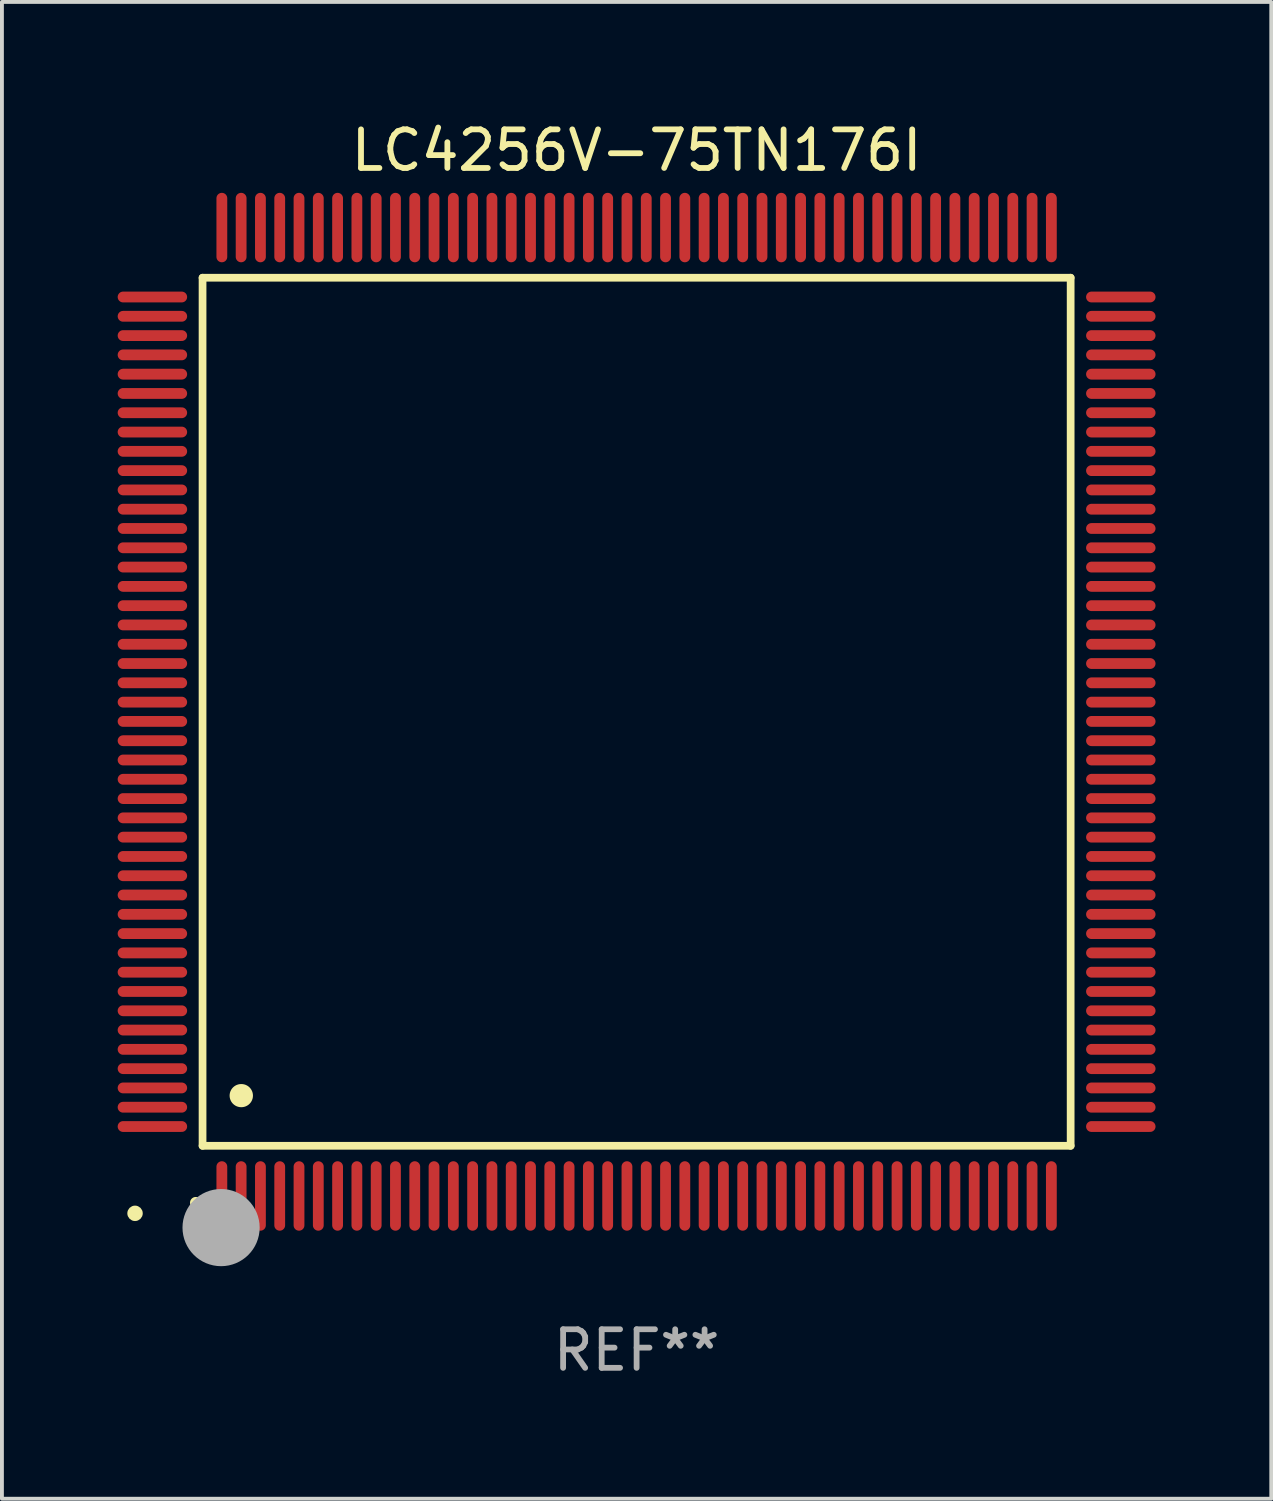
<source format=kicad_pcb>
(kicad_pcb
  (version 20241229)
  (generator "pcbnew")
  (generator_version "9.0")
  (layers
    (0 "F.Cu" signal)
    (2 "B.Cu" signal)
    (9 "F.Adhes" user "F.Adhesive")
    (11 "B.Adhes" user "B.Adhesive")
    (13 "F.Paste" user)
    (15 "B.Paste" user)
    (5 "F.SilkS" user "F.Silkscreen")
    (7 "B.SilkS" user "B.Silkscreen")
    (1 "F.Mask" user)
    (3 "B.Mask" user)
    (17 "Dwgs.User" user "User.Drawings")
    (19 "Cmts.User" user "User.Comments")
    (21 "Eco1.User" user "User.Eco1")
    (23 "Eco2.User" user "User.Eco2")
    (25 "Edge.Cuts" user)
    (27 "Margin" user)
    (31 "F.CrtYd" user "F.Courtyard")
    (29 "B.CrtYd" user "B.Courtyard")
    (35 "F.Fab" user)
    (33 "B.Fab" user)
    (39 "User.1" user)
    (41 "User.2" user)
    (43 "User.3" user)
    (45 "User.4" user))
  (footprint "LC4256V-75TN176I"
    (layer "F.Cu")
    (at 13.45 15.398)
    (property "Reference" "LC4256V-75TN176I" (at 0 -14.55 0) (layer "F.SilkS") (effects (font (size 1 1) (thickness 0.15))))
    (attr through_hole)
    (fp_line (start -11.25 -11.25) (end 11.25 -11.25) (stroke (width 0.2) (type solid)) (layer "F.SilkS"))
    (fp_line (start -11.25 11.25) (end -11.25 -11.25) (stroke (width 0.2) (type solid)) (layer "F.SilkS"))
    (fp_line (start 11.25 -11.25) (end 11.25 11.25) (stroke (width 0.2) (type solid)) (layer "F.SilkS"))
    (fp_line (start 11.25 11.25) (end -11.25 11.25) (stroke (width 0.2) (type solid)) (layer "F.SilkS"))
    (fp_arc (start -11.424943 12.725425) (mid -11.423673 12.72542) (end -11.422403 12.725425) (stroke (width 0.3) (type solid)) (layer "F.SilkS"))
    (fp_arc (start -10.24892 9.9492) (mid -10.24638 9.949189) (end -10.24384 9.9492) (stroke (width 0.6) (type solid)) (layer "F.SilkS"))
    (fp_circle (center -13 13) (end -12.9 13) (stroke (width 0.2) (type solid)) (fill no) (layer "F.SilkS"))
    (fp_circle (center -10.77 13.37) (end -10.27 13.37) (stroke (width 1) (type solid)) (fill no) (layer "F.Fab"))
    (fp_text user "REF**" (at 0 16.55 0) (layer "F.Fab") (effects (font (size 1 1) (thickness 0.15))))
    (pad "1" smd oval (at -10.75 12.55) (size 0.28 1.8) (layers "F.Cu" "F.Mask" "F.Paste"))
    (pad "2" smd oval (at -10.25 12.55) (size 0.28 1.8) (layers "F.Cu" "F.Mask" "F.Paste"))
    (pad "3" smd oval (at -9.75 12.55) (size 0.28 1.8) (layers "F.Cu" "F.Mask" "F.Paste"))
    (pad "4" smd oval (at -9.25 12.55) (size 0.28 1.8) (layers "F.Cu" "F.Mask" "F.Paste"))
    (pad "5" smd oval (at -8.75 12.55) (size 0.28 1.8) (layers "F.Cu" "F.Mask" "F.Paste"))
    (pad "6" smd oval (at -8.25 12.55) (size 0.28 1.8) (layers "F.Cu" "F.Mask" "F.Paste"))
    (pad "7" smd oval (at -7.75 12.55) (size 0.28 1.8) (layers "F.Cu" "F.Mask" "F.Paste"))
    (pad "8" smd oval (at -7.25 12.55) (size 0.28 1.8) (layers "F.Cu" "F.Mask" "F.Paste"))
    (pad "9" smd oval (at -6.75 12.55) (size 0.28 1.8) (layers "F.Cu" "F.Mask" "F.Paste"))
    (pad "10" smd oval (at -6.25 12.55) (size 0.28 1.8) (layers "F.Cu" "F.Mask" "F.Paste"))
    (pad "11" smd oval (at -5.75 12.55) (size 0.28 1.8) (layers "F.Cu" "F.Mask" "F.Paste"))
    (pad "12" smd oval (at -5.25 12.55) (size 0.28 1.8) (layers "F.Cu" "F.Mask" "F.Paste"))
    (pad "13" smd oval (at -4.75 12.55) (size 0.28 1.8) (layers "F.Cu" "F.Mask" "F.Paste"))
    (pad "14" smd oval (at -4.25 12.55) (size 0.28 1.8) (layers "F.Cu" "F.Mask" "F.Paste"))
    (pad "15" smd oval (at -3.75 12.55) (size 0.28 1.8) (layers "F.Cu" "F.Mask" "F.Paste"))
    (pad "16" smd oval (at -3.25 12.55) (size 0.28 1.8) (layers "F.Cu" "F.Mask" "F.Paste"))
    (pad "17" smd oval (at -2.75 12.55) (size 0.28 1.8) (layers "F.Cu" "F.Mask" "F.Paste"))
    (pad "18" smd oval (at -2.25 12.55) (size 0.28 1.8) (layers "F.Cu" "F.Mask" "F.Paste"))
    (pad "19" smd oval (at -1.75 12.55) (size 0.28 1.8) (layers "F.Cu" "F.Mask" "F.Paste"))
    (pad "20" smd oval (at -1.25 12.55) (size 0.28 1.8) (layers "F.Cu" "F.Mask" "F.Paste"))
    (pad "21" smd oval (at -0.75 12.55) (size 0.28 1.8) (layers "F.Cu" "F.Mask" "F.Paste"))
    (pad "22" smd oval (at -0.25 12.55) (size 0.28 1.8) (layers "F.Cu" "F.Mask" "F.Paste"))
    (pad "23" smd oval (at 0.25 12.55) (size 0.28 1.8) (layers "F.Cu" "F.Mask" "F.Paste"))
    (pad "24" smd oval (at 0.75 12.55) (size 0.28 1.8) (layers "F.Cu" "F.Mask" "F.Paste"))
    (pad "25" smd oval (at 1.25 12.55) (size 0.28 1.8) (layers "F.Cu" "F.Mask" "F.Paste"))
    (pad "26" smd oval (at 1.75 12.55) (size 0.28 1.8) (layers "F.Cu" "F.Mask" "F.Paste"))
    (pad "27" smd oval (at 2.25 12.55) (size 0.28 1.8) (layers "F.Cu" "F.Mask" "F.Paste"))
    (pad "28" smd oval (at 2.75 12.55) (size 0.28 1.8) (layers "F.Cu" "F.Mask" "F.Paste"))
    (pad "29" smd oval (at 3.25 12.55) (size 0.28 1.8) (layers "F.Cu" "F.Mask" "F.Paste"))
    (pad "30" smd oval (at 3.75 12.55) (size 0.28 1.8) (layers "F.Cu" "F.Mask" "F.Paste"))
    (pad "31" smd oval (at 4.25 12.55) (size 0.28 1.8) (layers "F.Cu" "F.Mask" "F.Paste"))
    (pad "32" smd oval (at 4.75 12.55) (size 0.28 1.8) (layers "F.Cu" "F.Mask" "F.Paste"))
    (pad "33" smd oval (at 5.25 12.55) (size 0.28 1.8) (layers "F.Cu" "F.Mask" "F.Paste"))
    (pad "34" smd oval (at 5.75 12.55) (size 0.28 1.8) (layers "F.Cu" "F.Mask" "F.Paste"))
    (pad "35" smd oval (at 6.25 12.55) (size 0.28 1.8) (layers "F.Cu" "F.Mask" "F.Paste"))
    (pad "36" smd oval (at 6.75 12.55) (size 0.28 1.8) (layers "F.Cu" "F.Mask" "F.Paste"))
    (pad "37" smd oval (at 7.25 12.55) (size 0.28 1.8) (layers "F.Cu" "F.Mask" "F.Paste"))
    (pad "38" smd oval (at 7.75 12.55) (size 0.28 1.8) (layers "F.Cu" "F.Mask" "F.Paste"))
    (pad "39" smd oval (at 8.25 12.55) (size 0.28 1.8) (layers "F.Cu" "F.Mask" "F.Paste"))
    (pad "40" smd oval (at 8.75 12.55) (size 0.28 1.8) (layers "F.Cu" "F.Mask" "F.Paste"))
    (pad "41" smd oval (at 9.25 12.55) (size 0.28 1.8) (layers "F.Cu" "F.Mask" "F.Paste"))
    (pad "42" smd oval (at 9.75 12.55) (size 0.28 1.8) (layers "F.Cu" "F.Mask" "F.Paste"))
    (pad "43" smd oval (at 10.25 12.55) (size 0.28 1.8) (layers "F.Cu" "F.Mask" "F.Paste"))
    (pad "44" smd oval (at 10.75 12.55) (size 0.28 1.8) (layers "F.Cu" "F.Mask" "F.Paste"))
    (pad "45" smd oval (at 12.55 10.75) (size 1.8 0.28) (layers "F.Cu" "F.Mask" "F.Paste"))
    (pad "46" smd oval (at 12.55 10.25) (size 1.8 0.28) (layers "F.Cu" "F.Mask" "F.Paste"))
    (pad "47" smd oval (at 12.55 9.75) (size 1.8 0.28) (layers "F.Cu" "F.Mask" "F.Paste"))
    (pad "48" smd oval (at 12.55 9.25) (size 1.8 0.28) (layers "F.Cu" "F.Mask" "F.Paste"))
    (pad "49" smd oval (at 12.55 8.75) (size 1.8 0.28) (layers "F.Cu" "F.Mask" "F.Paste"))
    (pad "50" smd oval (at 12.55 8.25) (size 1.8 0.28) (layers "F.Cu" "F.Mask" "F.Paste"))
    (pad "51" smd oval (at 12.55 7.75) (size 1.8 0.28) (layers "F.Cu" "F.Mask" "F.Paste"))
    (pad "52" smd oval (at 12.55 7.25) (size 1.8 0.28) (layers "F.Cu" "F.Mask" "F.Paste"))
    (pad "53" smd oval (at 12.55 6.75) (size 1.8 0.28) (layers "F.Cu" "F.Mask" "F.Paste"))
    (pad "54" smd oval (at 12.55 6.25) (size 1.8 0.28) (layers "F.Cu" "F.Mask" "F.Paste"))
    (pad "55" smd oval (at 12.55 5.75) (size 1.8 0.28) (layers "F.Cu" "F.Mask" "F.Paste"))
    (pad "56" smd oval (at 12.55 5.25) (size 1.8 0.28) (layers "F.Cu" "F.Mask" "F.Paste"))
    (pad "57" smd oval (at 12.55 4.75) (size 1.8 0.28) (layers "F.Cu" "F.Mask" "F.Paste"))
    (pad "58" smd oval (at 12.55 4.25) (size 1.8 0.28) (layers "F.Cu" "F.Mask" "F.Paste"))
    (pad "59" smd oval (at 12.55 3.75) (size 1.8 0.28) (layers "F.Cu" "F.Mask" "F.Paste"))
    (pad "60" smd oval (at 12.55 3.25) (size 1.8 0.28) (layers "F.Cu" "F.Mask" "F.Paste"))
    (pad "61" smd oval (at 12.55 2.75) (size 1.8 0.28) (layers "F.Cu" "F.Mask" "F.Paste"))
    (pad "62" smd oval (at 12.55 2.25) (size 1.8 0.28) (layers "F.Cu" "F.Mask" "F.Paste"))
    (pad "63" smd oval (at 12.55 1.75) (size 1.8 0.28) (layers "F.Cu" "F.Mask" "F.Paste"))
    (pad "64" smd oval (at 12.55 1.25) (size 1.8 0.28) (layers "F.Cu" "F.Mask" "F.Paste"))
    (pad "65" smd oval (at 12.55 0.75) (size 1.8 0.28) (layers "F.Cu" "F.Mask" "F.Paste"))
    (pad "66" smd oval (at 12.55 0.25) (size 1.8 0.28) (layers "F.Cu" "F.Mask" "F.Paste"))
    (pad "67" smd oval (at 12.55 -0.25) (size 1.8 0.28) (layers "F.Cu" "F.Mask" "F.Paste"))
    (pad "68" smd oval (at 12.55 -0.75) (size 1.8 0.28) (layers "F.Cu" "F.Mask" "F.Paste"))
    (pad "69" smd oval (at 12.55 -1.25) (size 1.8 0.28) (layers "F.Cu" "F.Mask" "F.Paste"))
    (pad "70" smd oval (at 12.55 -1.75) (size 1.8 0.28) (layers "F.Cu" "F.Mask" "F.Paste"))
    (pad "71" smd oval (at 12.55 -2.25) (size 1.8 0.28) (layers "F.Cu" "F.Mask" "F.Paste"))
    (pad "72" smd oval (at 12.55 -2.75) (size 1.8 0.28) (layers "F.Cu" "F.Mask" "F.Paste"))
    (pad "73" smd oval (at 12.55 -3.25) (size 1.8 0.28) (layers "F.Cu" "F.Mask" "F.Paste"))
    (pad "74" smd oval (at 12.55 -3.75) (size 1.8 0.28) (layers "F.Cu" "F.Mask" "F.Paste"))
    (pad "75" smd oval (at 12.55 -4.25) (size 1.8 0.28) (layers "F.Cu" "F.Mask" "F.Paste"))
    (pad "76" smd oval (at 12.55 -4.75) (size 1.8 0.28) (layers "F.Cu" "F.Mask" "F.Paste"))
    (pad "77" smd oval (at 12.55 -5.25) (size 1.8 0.28) (layers "F.Cu" "F.Mask" "F.Paste"))
    (pad "78" smd oval (at 12.55 -5.75) (size 1.8 0.28) (layers "F.Cu" "F.Mask" "F.Paste"))
    (pad "79" smd oval (at 12.55 -6.25) (size 1.8 0.28) (layers "F.Cu" "F.Mask" "F.Paste"))
    (pad "80" smd oval (at 12.55 -6.75) (size 1.8 0.28) (layers "F.Cu" "F.Mask" "F.Paste"))
    (pad "81" smd oval (at 12.55 -7.25) (size 1.8 0.28) (layers "F.Cu" "F.Mask" "F.Paste"))
    (pad "82" smd oval (at 12.55 -7.75) (size 1.8 0.28) (layers "F.Cu" "F.Mask" "F.Paste"))
    (pad "83" smd oval (at 12.55 -8.25) (size 1.8 0.28) (layers "F.Cu" "F.Mask" "F.Paste"))
    (pad "84" smd oval (at 12.55 -8.75) (size 1.8 0.28) (layers "F.Cu" "F.Mask" "F.Paste"))
    (pad "85" smd oval (at 12.55 -9.25) (size 1.8 0.28) (layers "F.Cu" "F.Mask" "F.Paste"))
    (pad "86" smd oval (at 12.55 -9.75) (size 1.8 0.28) (layers "F.Cu" "F.Mask" "F.Paste"))
    (pad "87" smd oval (at 12.55 -10.25) (size 1.8 0.28) (layers "F.Cu" "F.Mask" "F.Paste"))
    (pad "88" smd oval (at 12.55 -10.75) (size 1.8 0.28) (layers "F.Cu" "F.Mask" "F.Paste"))
    (pad "89" smd oval (at 10.75 -12.55) (size 0.28 1.8) (layers "F.Cu" "F.Mask" "F.Paste"))
    (pad "90" smd oval (at 10.25 -12.55) (size 0.28 1.8) (layers "F.Cu" "F.Mask" "F.Paste"))
    (pad "91" smd oval (at 9.75 -12.55) (size 0.28 1.8) (layers "F.Cu" "F.Mask" "F.Paste"))
    (pad "92" smd oval (at 9.25 -12.55) (size 0.28 1.8) (layers "F.Cu" "F.Mask" "F.Paste"))
    (pad "93" smd oval (at 8.75 -12.55) (size 0.28 1.8) (layers "F.Cu" "F.Mask" "F.Paste"))
    (pad "94" smd oval (at 8.25 -12.55) (size 0.28 1.8) (layers "F.Cu" "F.Mask" "F.Paste"))
    (pad "95" smd oval (at 7.75 -12.55) (size 0.28 1.8) (layers "F.Cu" "F.Mask" "F.Paste"))
    (pad "96" smd oval (at 7.25 -12.55) (size 0.28 1.8) (layers "F.Cu" "F.Mask" "F.Paste"))
    (pad "97" smd oval (at 6.75 -12.55) (size 0.28 1.8) (layers "F.Cu" "F.Mask" "F.Paste"))
    (pad "98" smd oval (at 6.25 -12.55) (size 0.28 1.8) (layers "F.Cu" "F.Mask" "F.Paste"))
    (pad "99" smd oval (at 5.75 -12.55) (size 0.28 1.8) (layers "F.Cu" "F.Mask" "F.Paste"))
    (pad "100" smd oval (at 5.25 -12.55) (size 0.28 1.8) (layers "F.Cu" "F.Mask" "F.Paste"))
    (pad "101" smd oval (at 4.75 -12.55) (size 0.28 1.8) (layers "F.Cu" "F.Mask" "F.Paste"))
    (pad "102" smd oval (at 4.25 -12.55) (size 0.28 1.8) (layers "F.Cu" "F.Mask" "F.Paste"))
    (pad "103" smd oval (at 3.75 -12.55) (size 0.28 1.8) (layers "F.Cu" "F.Mask" "F.Paste"))
    (pad "104" smd oval (at 3.25 -12.55) (size 0.28 1.8) (layers "F.Cu" "F.Mask" "F.Paste"))
    (pad "105" smd oval (at 2.75 -12.55) (size 0.28 1.8) (layers "F.Cu" "F.Mask" "F.Paste"))
    (pad "106" smd oval (at 2.25 -12.55) (size 0.28 1.8) (layers "F.Cu" "F.Mask" "F.Paste"))
    (pad "107" smd oval (at 1.75 -12.55) (size 0.28 1.8) (layers "F.Cu" "F.Mask" "F.Paste"))
    (pad "108" smd oval (at 1.25 -12.55) (size 0.28 1.8) (layers "F.Cu" "F.Mask" "F.Paste"))
    (pad "109" smd oval (at 0.75 -12.55) (size 0.28 1.8) (layers "F.Cu" "F.Mask" "F.Paste"))
    (pad "110" smd oval (at 0.25 -12.55) (size 0.28 1.8) (layers "F.Cu" "F.Mask" "F.Paste"))
    (pad "111" smd oval (at -0.25 -12.55) (size 0.28 1.8) (layers "F.Cu" "F.Mask" "F.Paste"))
    (pad "112" smd oval (at -0.75 -12.55) (size 0.28 1.8) (layers "F.Cu" "F.Mask" "F.Paste"))
    (pad "113" smd oval (at -1.25 -12.55) (size 0.28 1.8) (layers "F.Cu" "F.Mask" "F.Paste"))
    (pad "114" smd oval (at -1.75 -12.55) (size 0.28 1.8) (layers "F.Cu" "F.Mask" "F.Paste"))
    (pad "115" smd oval (at -2.25 -12.55) (size 0.28 1.8) (layers "F.Cu" "F.Mask" "F.Paste"))
    (pad "116" smd oval (at -2.75 -12.55) (size 0.28 1.8) (layers "F.Cu" "F.Mask" "F.Paste"))
    (pad "117" smd oval (at -3.25 -12.55) (size 0.28 1.8) (layers "F.Cu" "F.Mask" "F.Paste"))
    (pad "118" smd oval (at -3.75 -12.55) (size 0.28 1.8) (layers "F.Cu" "F.Mask" "F.Paste"))
    (pad "119" smd oval (at -4.25 -12.55) (size 0.28 1.8) (layers "F.Cu" "F.Mask" "F.Paste"))
    (pad "120" smd oval (at -4.75 -12.55) (size 0.28 1.8) (layers "F.Cu" "F.Mask" "F.Paste"))
    (pad "121" smd oval (at -5.25 -12.55) (size 0.28 1.8) (layers "F.Cu" "F.Mask" "F.Paste"))
    (pad "122" smd oval (at -5.75 -12.55) (size 0.28 1.8) (layers "F.Cu" "F.Mask" "F.Paste"))
    (pad "123" smd oval (at -6.25 -12.55) (size 0.28 1.8) (layers "F.Cu" "F.Mask" "F.Paste"))
    (pad "124" smd oval (at -6.75 -12.55) (size 0.28 1.8) (layers "F.Cu" "F.Mask" "F.Paste"))
    (pad "125" smd oval (at -7.25 -12.55) (size 0.28 1.8) (layers "F.Cu" "F.Mask" "F.Paste"))
    (pad "126" smd oval (at -7.75 -12.55) (size 0.28 1.8) (layers "F.Cu" "F.Mask" "F.Paste"))
    (pad "127" smd oval (at -8.25 -12.55) (size 0.28 1.8) (layers "F.Cu" "F.Mask" "F.Paste"))
    (pad "128" smd oval (at -8.75 -12.55) (size 0.28 1.8) (layers "F.Cu" "F.Mask" "F.Paste"))
    (pad "129" smd oval (at -9.25 -12.55) (size 0.28 1.8) (layers "F.Cu" "F.Mask" "F.Paste"))
    (pad "130" smd oval (at -9.75 -12.55) (size 0.28 1.8) (layers "F.Cu" "F.Mask" "F.Paste"))
    (pad "131" smd oval (at -10.25 -12.55) (size 0.28 1.8) (layers "F.Cu" "F.Mask" "F.Paste"))
    (pad "132" smd oval (at -10.75 -12.55) (size 0.28 1.8) (layers "F.Cu" "F.Mask" "F.Paste"))
    (pad "133" smd oval (at -12.55 -10.75) (size 1.8 0.28) (layers "F.Cu" "F.Mask" "F.Paste"))
    (pad "134" smd oval (at -12.55 -10.25) (size 1.8 0.28) (layers "F.Cu" "F.Mask" "F.Paste"))
    (pad "135" smd oval (at -12.55 -9.75) (size 1.8 0.28) (layers "F.Cu" "F.Mask" "F.Paste"))
    (pad "136" smd oval (at -12.55 -9.25) (size 1.8 0.28) (layers "F.Cu" "F.Mask" "F.Paste"))
    (pad "137" smd oval (at -12.55 -8.75) (size 1.8 0.28) (layers "F.Cu" "F.Mask" "F.Paste"))
    (pad "138" smd oval (at -12.55 -8.25) (size 1.8 0.28) (layers "F.Cu" "F.Mask" "F.Paste"))
    (pad "139" smd oval (at -12.55 -7.75) (size 1.8 0.28) (layers "F.Cu" "F.Mask" "F.Paste"))
    (pad "140" smd oval (at -12.55 -7.25) (size 1.8 0.28) (layers "F.Cu" "F.Mask" "F.Paste"))
    (pad "141" smd oval (at -12.55 -6.75) (size 1.8 0.28) (layers "F.Cu" "F.Mask" "F.Paste"))
    (pad "142" smd oval (at -12.55 -6.25) (size 1.8 0.28) (layers "F.Cu" "F.Mask" "F.Paste"))
    (pad "143" smd oval (at -12.55 -5.75) (size 1.8 0.28) (layers "F.Cu" "F.Mask" "F.Paste"))
    (pad "144" smd oval (at -12.55 -5.25) (size 1.8 0.28) (layers "F.Cu" "F.Mask" "F.Paste"))
    (pad "145" smd oval (at -12.55 -4.75) (size 1.8 0.28) (layers "F.Cu" "F.Mask" "F.Paste"))
    (pad "146" smd oval (at -12.55 -4.25) (size 1.8 0.28) (layers "F.Cu" "F.Mask" "F.Paste"))
    (pad "147" smd oval (at -12.55 -3.75) (size 1.8 0.28) (layers "F.Cu" "F.Mask" "F.Paste"))
    (pad "148" smd oval (at -12.55 -3.25) (size 1.8 0.28) (layers "F.Cu" "F.Mask" "F.Paste"))
    (pad "149" smd oval (at -12.55 -2.75) (size 1.8 0.28) (layers "F.Cu" "F.Mask" "F.Paste"))
    (pad "150" smd oval (at -12.55 -2.25) (size 1.8 0.28) (layers "F.Cu" "F.Mask" "F.Paste"))
    (pad "151" smd oval (at -12.55 -1.75) (size 1.8 0.28) (layers "F.Cu" "F.Mask" "F.Paste"))
    (pad "152" smd oval (at -12.55 -1.25) (size 1.8 0.28) (layers "F.Cu" "F.Mask" "F.Paste"))
    (pad "153" smd oval (at -12.55 -0.75) (size 1.8 0.28) (layers "F.Cu" "F.Mask" "F.Paste"))
    (pad "154" smd oval (at -12.55 -0.25) (size 1.8 0.28) (layers "F.Cu" "F.Mask" "F.Paste"))
    (pad "155" smd oval (at -12.55 0.25) (size 1.8 0.28) (layers "F.Cu" "F.Mask" "F.Paste"))
    (pad "156" smd oval (at -12.55 0.75) (size 1.8 0.28) (layers "F.Cu" "F.Mask" "F.Paste"))
    (pad "157" smd oval (at -12.55 1.25) (size 1.8 0.28) (layers "F.Cu" "F.Mask" "F.Paste"))
    (pad "158" smd oval (at -12.55 1.75) (size 1.8 0.28) (layers "F.Cu" "F.Mask" "F.Paste"))
    (pad "159" smd oval (at -12.55 2.25) (size 1.8 0.28) (layers "F.Cu" "F.Mask" "F.Paste"))
    (pad "160" smd oval (at -12.55 2.75) (size 1.8 0.28) (layers "F.Cu" "F.Mask" "F.Paste"))
    (pad "161" smd oval (at -12.55 3.25) (size 1.8 0.28) (layers "F.Cu" "F.Mask" "F.Paste"))
    (pad "162" smd oval (at -12.55 3.75) (size 1.8 0.28) (layers "F.Cu" "F.Mask" "F.Paste"))
    (pad "163" smd oval (at -12.55 4.25) (size 1.8 0.28) (layers "F.Cu" "F.Mask" "F.Paste"))
    (pad "164" smd oval (at -12.55 4.75) (size 1.8 0.28) (layers "F.Cu" "F.Mask" "F.Paste"))
    (pad "165" smd oval (at -12.55 5.25) (size 1.8 0.28) (layers "F.Cu" "F.Mask" "F.Paste"))
    (pad "166" smd oval (at -12.55 5.75) (size 1.8 0.28) (layers "F.Cu" "F.Mask" "F.Paste"))
    (pad "167" smd oval (at -12.55 6.25) (size 1.8 0.28) (layers "F.Cu" "F.Mask" "F.Paste"))
    (pad "168" smd oval (at -12.55 6.75) (size 1.8 0.28) (layers "F.Cu" "F.Mask" "F.Paste"))
    (pad "169" smd oval (at -12.55 7.25) (size 1.8 0.28) (layers "F.Cu" "F.Mask" "F.Paste"))
    (pad "170" smd oval (at -12.55 7.75) (size 1.8 0.28) (layers "F.Cu" "F.Mask" "F.Paste"))
    (pad "171" smd oval (at -12.55 8.25) (size 1.8 0.28) (layers "F.Cu" "F.Mask" "F.Paste"))
    (pad "172" smd oval (at -12.55 8.75) (size 1.8 0.28) (layers "F.Cu" "F.Mask" "F.Paste"))
    (pad "173" smd oval (at -12.55 9.25) (size 1.8 0.28) (layers "F.Cu" "F.Mask" "F.Paste"))
    (pad "174" smd oval (at -12.55 9.75) (size 1.8 0.28) (layers "F.Cu" "F.Mask" "F.Paste"))
    (pad "175" smd oval (at -12.55 10.25) (size 1.8 0.28) (layers "F.Cu" "F.Mask" "F.Paste"))
    (pad "176" smd oval (at -12.55 10.75) (size 1.8 0.28) (layers "F.Cu" "F.Mask" "F.Paste")))
  (gr_rect
    (start -3 -3)
    (end 29.9 35.796)
    (stroke (width 0.1) (type default))
    (fill no)
    (layer "Edge.Cuts")))
</source>
